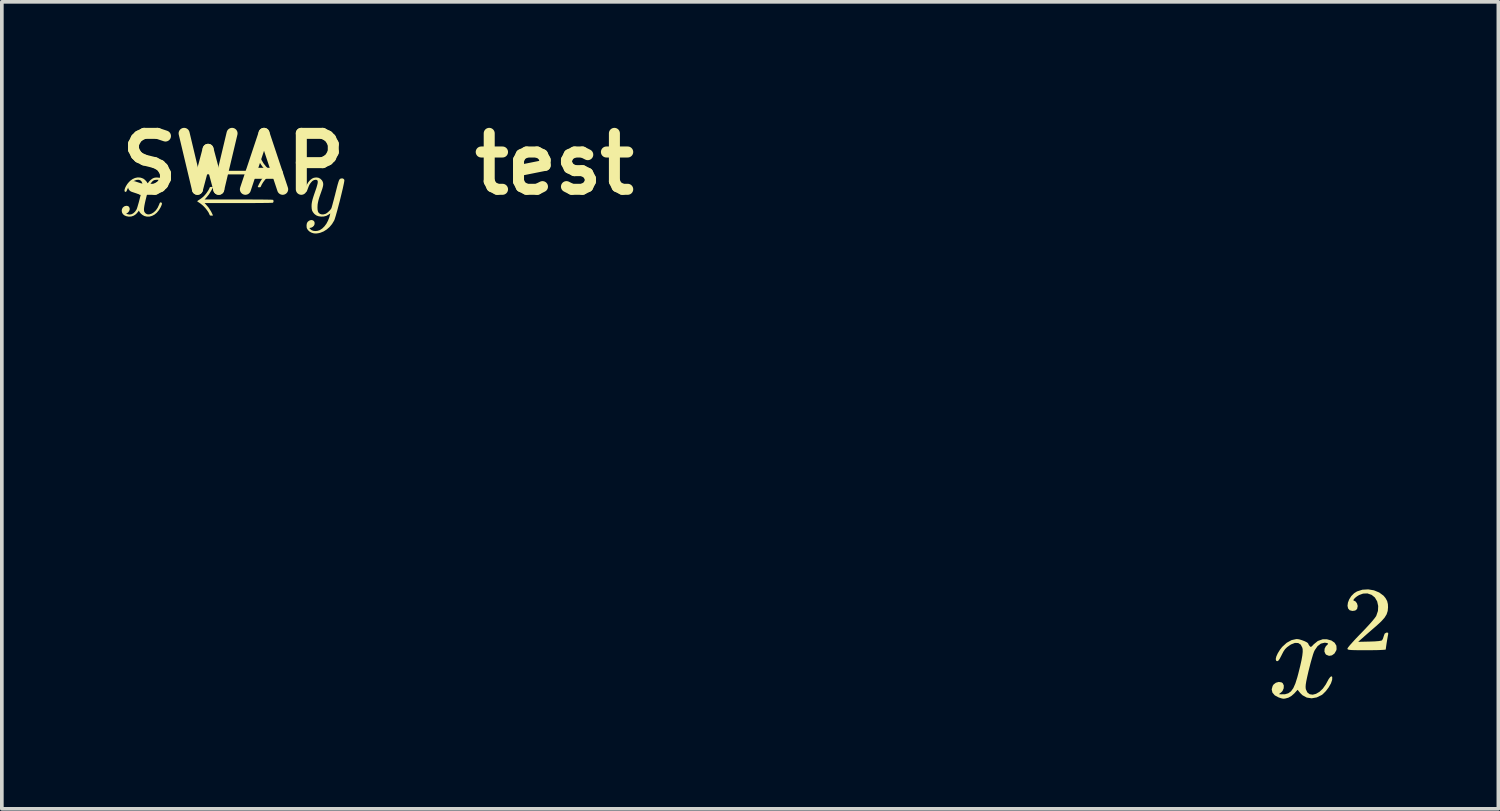
<source format=kicad_pcb>
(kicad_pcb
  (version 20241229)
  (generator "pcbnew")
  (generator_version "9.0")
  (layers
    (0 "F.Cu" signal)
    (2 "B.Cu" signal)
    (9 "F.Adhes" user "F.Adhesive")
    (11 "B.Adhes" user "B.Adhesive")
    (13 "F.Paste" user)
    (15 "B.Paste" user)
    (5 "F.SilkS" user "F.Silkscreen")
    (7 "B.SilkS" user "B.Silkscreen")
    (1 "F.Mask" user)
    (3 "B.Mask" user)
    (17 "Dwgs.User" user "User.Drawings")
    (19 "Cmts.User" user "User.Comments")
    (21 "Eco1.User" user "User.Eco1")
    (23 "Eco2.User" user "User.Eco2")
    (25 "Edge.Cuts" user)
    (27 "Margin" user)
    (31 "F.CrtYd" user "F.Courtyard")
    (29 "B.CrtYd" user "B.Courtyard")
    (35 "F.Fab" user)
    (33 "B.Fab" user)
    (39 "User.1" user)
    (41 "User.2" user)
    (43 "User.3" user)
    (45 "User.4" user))
  (footprint "test"
    (layer "F.Cu")
    (at 12.057 1.418)
    (property "Reference" "test" (at 0 0 0) (layer "F.SilkS") (effects (font (size 1.524 1.524) (thickness 0.3))))
    (attr board_only exclude_from_pos_files exclude_from_bom)
    (fp_poly (pts (xy 22.327 11.616) (xy 22.471 11.675) (xy 22.59 11.763) (xy 22.643 11.828) (xy 22.687 11.908) (xy 22.707 11.991) (xy 22.711 12.078) (xy 22.702 12.178) (xy 22.672 12.271) (xy 22.615 12.363) (xy 22.525 12.463) (xy 22.398 12.581) (xy 22.38 12.596) (xy 22.276 12.686) (xy 22.163 12.784) (xy 22.064 12.871) (xy 22.049 12.885) (xy 21.897 13.019) (xy 22.208 13.012) (xy 22.352 13.007) (xy 22.462 12.998) (xy 22.53 12.985) (xy 22.548 12.976) (xy 22.573 12.932) (xy 22.594 12.865) (xy 22.595 12.862) (xy 22.619 12.796) (xy 22.663 12.769) (xy 22.67 12.768) (xy 22.711 12.77) (xy 22.717 12.801) (xy 22.713 12.819) (xy 22.703 12.872) (xy 22.689 12.953) (xy 22.674 13.045) (xy 22.661 13.133) (xy 22.652 13.2) (xy 22.649 13.229) (xy 22.624 13.234) (xy 22.557 13.239) (xy 22.453 13.244) (xy 22.321 13.246) (xy 22.169 13.248) (xy 22.126 13.248) (xy 21.95 13.247) (xy 21.818 13.246) (xy 21.724 13.243) (xy 21.662 13.238) (xy 21.626 13.231) (xy 21.609 13.22) (xy 21.604 13.206) (xy 21.604 13.205) (xy 21.621 13.174) (xy 21.669 13.114) (xy 21.743 13.031) (xy 21.836 12.929) (xy 21.944 12.817) (xy 21.97 12.791) (xy 22.085 12.671) (xy 22.191 12.557) (xy 22.281 12.455) (xy 22.349 12.372) (xy 22.388 12.317) (xy 22.39 12.312) (xy 22.436 12.178) (xy 22.443 12.043) (xy 22.415 11.917) (xy 22.352 11.811) (xy 22.265 11.74) (xy 22.149 11.7) (xy 22.031 11.705) (xy 21.924 11.744) (xy 21.863 11.781) (xy 21.81 11.824) (xy 21.775 11.864) (xy 21.766 11.891) (xy 21.78 11.897) (xy 21.827 11.92) (xy 21.866 11.973) (xy 21.884 12.04) (xy 21.884 12.047) (xy 21.868 12.124) (xy 21.817 12.167) (xy 21.74 12.178) (xy 21.666 12.159) (xy 21.623 12.11) (xy 21.607 12.038) (xy 21.618 11.952) (xy 21.653 11.861) (xy 21.71 11.772) (xy 21.787 11.695) (xy 21.865 11.646) (xy 22.012 11.599) (xy 22.171 11.59)) (stroke (width 0) (type solid)) (fill yes) (layer "F.SilkS"))
    (fp_poly (pts (xy 20.288 12.951) (xy 20.365 12.974) (xy 20.443 13.004) (xy 20.504 13.035) (xy 20.534 13.062) (xy 20.535 13.065) (xy 20.549 13.097) (xy 20.571 13.129) (xy 20.595 13.155) (xy 20.619 13.154) (xy 20.655 13.121) (xy 20.687 13.086) (xy 20.798 12.996) (xy 20.929 12.95) (xy 21.047 12.95) (xy 21.168 12.983) (xy 21.256 13.044) (xy 21.304 13.125) (xy 21.309 13.22) (xy 21.299 13.256) (xy 21.251 13.338) (xy 21.182 13.388) (xy 21.104 13.401) (xy 21.031 13.373) (xy 21.007 13.351) (xy 20.978 13.285) (xy 20.983 13.206) (xy 21.019 13.135) (xy 21.045 13.112) (xy 21.078 13.077) (xy 21.062 13.054) (xy 20.999 13.044) (xy 20.978 13.044) (xy 20.88 13.068) (xy 20.79 13.138) (xy 20.715 13.246) (xy 20.693 13.292) (xy 20.669 13.359) (xy 20.638 13.464) (xy 20.601 13.595) (xy 20.564 13.74) (xy 20.545 13.815) (xy 20.508 13.976) (xy 20.483 14.095) (xy 20.469 14.183) (xy 20.465 14.248) (xy 20.469 14.297) (xy 20.472 14.312) (xy 20.513 14.399) (xy 20.577 14.447) (xy 20.658 14.459) (xy 20.749 14.436) (xy 20.843 14.381) (xy 20.934 14.295) (xy 21.014 14.182) (xy 21.044 14.126) (xy 21.095 14.032) (xy 21.139 13.975) (xy 21.172 13.957) (xy 21.191 13.979) (xy 21.189 14.044) (xy 21.188 14.055) (xy 21.156 14.15) (xy 21.095 14.258) (xy 21.017 14.362) (xy 20.933 14.446) (xy 20.905 14.467) (xy 20.768 14.534) (xy 20.63 14.558) (xy 20.497 14.538) (xy 20.381 14.475) (xy 20.325 14.421) (xy 20.246 14.326) (xy 20.158 14.424) (xy 20.082 14.491) (xy 20 14.539) (xy 19.977 14.546) (xy 19.906 14.565) (xy 19.854 14.569) (xy 19.8 14.557) (xy 19.731 14.534) (xy 19.626 14.478) (xy 19.561 14.402) (xy 19.541 14.314) (xy 19.567 14.221) (xy 19.593 14.181) (xy 19.656 14.133) (xy 19.734 14.112) (xy 19.808 14.123) (xy 19.841 14.145) (xy 19.871 14.207) (xy 19.868 14.285) (xy 19.836 14.359) (xy 19.804 14.392) (xy 19.737 14.445) (xy 19.798 14.449) (xy 19.905 14.447) (xy 19.994 14.421) (xy 20.067 14.368) (xy 20.13 14.281) (xy 20.186 14.155) (xy 20.239 13.987) (xy 20.267 13.882) (xy 20.318 13.678) (xy 20.354 13.516) (xy 20.376 13.39) (xy 20.386 13.295) (xy 20.385 13.223) (xy 20.377 13.182) (xy 20.333 13.096) (xy 20.263 13.051) (xy 20.173 13.049) (xy 20.068 13.09) (xy 20.035 13.111) (xy 19.959 13.166) (xy 19.905 13.219) (xy 19.86 13.286) (xy 19.81 13.383) (xy 19.805 13.394) (xy 19.756 13.487) (xy 19.719 13.536) (xy 19.687 13.548) (xy 19.662 13.532) (xy 19.651 13.488) (xy 19.668 13.416) (xy 19.709 13.327) (xy 19.768 13.233) (xy 19.827 13.157) (xy 19.95 13.045) (xy 20.083 12.972) (xy 20.216 12.943) (xy 20.227 12.943)) (stroke (width 0) (type solid)) (fill yes) (layer "F.SilkS")))
  (footprint "SWAP"
    (layer "F.Cu")
    (at 3.309 1.418)
    (property "Reference" "SWAP" (at 0 0 0) (layer "F.SilkS") (effects (font (size 1.524 1.524) (thickness 0.3))))
    (attr board_only exclude_from_pos_files exclude_from_bom)
    (fp_poly (pts (xy -0.573 0.626) (xy -0.558 0.629) (xy -0.557 0.631) (xy -0.561 0.642) (xy -0.572 0.666) (xy -0.589 0.698) (xy -0.598 0.716) (xy -0.666 0.828) (xy -0.748 0.928) (xy -0.751 0.931) (xy -0.786 0.967) (xy 0.143 0.967) (xy 0.307 0.967) (xy 0.453 0.967) (xy 0.58 0.968) (xy 0.692 0.968) (xy 0.787 0.969) (xy 0.867 0.97) (xy 0.933 0.971) (xy 0.985 0.972) (xy 1.026 0.973) (xy 1.055 0.975) (xy 1.073 0.976) (xy 1.082 0.978) (xy 1.082 0.979) (xy 1.093 1.001) (xy 1.093 1.027) (xy 1.083 1.049) (xy 1.075 1.055) (xy 1.062 1.057) (xy 1.029 1.058) (xy 0.977 1.06) (xy 0.906 1.061) (xy 0.816 1.062) (xy 0.706 1.063) (xy 0.577 1.064) (xy 0.429 1.065) (xy 0.261 1.065) (xy 0.135 1.065) (xy -0.786 1.065) (xy -0.746 1.106) (xy -0.673 1.192) (xy -0.612 1.288) (xy -0.595 1.32) (xy -0.578 1.355) (xy -0.565 1.383) (xy -0.558 1.399) (xy -0.557 1.402) (xy -0.566 1.405) (xy -0.588 1.407) (xy -0.599 1.407) (xy -0.626 1.405) (xy -0.641 1.398) (xy -0.65 1.381) (xy -0.653 1.372) (xy -0.68 1.316) (xy -0.721 1.256) (xy -0.771 1.194) (xy -0.828 1.135) (xy -0.888 1.085) (xy -0.935 1.052) (xy -0.962 1.035) (xy -0.981 1.021) (xy -0.986 1.015) (xy -0.979 1.007) (xy -0.959 0.993) (xy -0.93 0.974) (xy -0.928 0.973) (xy -0.889 0.947) (xy -0.847 0.914) (xy -0.816 0.888) (xy -0.781 0.851) (xy -0.743 0.806) (xy -0.708 0.756) (xy -0.677 0.709) (xy -0.656 0.668) (xy -0.653 0.66) (xy -0.644 0.638) (xy -0.631 0.628) (xy -0.609 0.625) (xy -0.599 0.625)) (stroke (width 0) (type solid)) (fill yes) (layer "F.SilkS"))
    (fp_poly (pts (xy 0.722 -0.165) (xy 0.736 -0.159) (xy 0.748 -0.144) (xy 0.763 -0.117) (xy 0.766 -0.11) (xy 0.822 -0.015) (xy 0.891 0.072) (xy 0.971 0.148) (xy 1.043 0.199) (xy 1.069 0.216) (xy 1.088 0.229) (xy 1.094 0.234) (xy 1.086 0.241) (xy 1.066 0.255) (xy 1.044 0.268) (xy 0.984 0.309) (xy 0.922 0.364) (xy 0.863 0.428) (xy 0.812 0.495) (xy 0.771 0.563) (xy 0.756 0.596) (xy 0.745 0.62) (xy 0.732 0.632) (xy 0.711 0.635) (xy 0.702 0.635) (xy 0.678 0.633) (xy 0.665 0.627) (xy 0.664 0.625) (xy 0.669 0.61) (xy 0.681 0.583) (xy 0.698 0.548) (xy 0.719 0.509) (xy 0.739 0.472) (xy 0.759 0.44) (xy 0.765 0.43) (xy 0.788 0.399) (xy 0.818 0.363) (xy 0.844 0.335) (xy 0.892 0.283) (xy -0.036 0.283) (xy -0.2 0.283) (xy -0.346 0.283) (xy -0.473 0.283) (xy -0.584 0.282) (xy -0.68 0.282) (xy -0.76 0.281) (xy -0.826 0.28) (xy -0.878 0.279) (xy -0.918 0.277) (xy -0.947 0.276) (xy -0.966 0.274) (xy -0.974 0.272) (xy -0.975 0.272) (xy -0.985 0.25) (xy -0.986 0.223) (xy -0.977 0.2) (xy -0.975 0.197) (xy -0.968 0.195) (xy -0.952 0.193) (xy -0.926 0.192) (xy -0.888 0.19) (xy -0.838 0.189) (xy -0.775 0.188) (xy -0.699 0.187) (xy -0.607 0.187) (xy -0.5 0.186) (xy -0.375 0.186) (xy -0.234 0.186) (xy -0.074 0.186) (xy -0.036 0.186) (xy 0.891 0.186) (xy 0.84 0.129) (xy 0.795 0.076) (xy 0.752 0.016) (xy 0.715 -0.046) (xy 0.685 -0.105) (xy 0.67 -0.144) (xy 0.667 -0.158) (xy 0.675 -0.165) (xy 0.696 -0.166) (xy 0.701 -0.166)) (stroke (width 0) (type solid)) (fill yes) (layer "F.SilkS"))
    (fp_poly (pts (xy -2.547 0.369) (xy -2.539 0.37) (xy -2.5 0.381) (xy -2.462 0.396) (xy -2.448 0.403) (xy -2.419 0.425) (xy -2.387 0.456) (xy -2.359 0.489) (xy -2.342 0.519) (xy -2.341 0.52) (xy -2.334 0.525) (xy -2.324 0.513) (xy -2.295 0.475) (xy -2.257 0.437) (xy -2.216 0.405) (xy -2.19 0.389) (xy -2.152 0.375) (xy -2.11 0.369) (xy -2.081 0.368) (xy -2.014 0.376) (xy -1.958 0.396) (xy -1.914 0.426) (xy -1.885 0.464) (xy -1.872 0.511) (xy -1.875 0.56) (xy -1.893 0.602) (xy -1.921 0.635) (xy -1.957 0.655) (xy -1.996 0.664) (xy -2.034 0.658) (xy -2.068 0.638) (xy -2.078 0.626) (xy -2.089 0.597) (xy -2.088 0.56) (xy -2.076 0.523) (xy -2.056 0.49) (xy -2.028 0.468) (xy -2.027 0.467) (xy -2.009 0.457) (xy -2.003 0.449) (xy -2.011 0.44) (xy -2.034 0.434) (xy -2.066 0.431) (xy -2.102 0.431) (xy -2.136 0.435) (xy -2.163 0.442) (xy -2.168 0.444) (xy -2.204 0.47) (xy -2.239 0.511) (xy -2.271 0.559) (xy -2.283 0.584) (xy -2.292 0.608) (xy -2.304 0.648) (xy -2.319 0.7) (xy -2.336 0.762) (xy -2.354 0.83) (xy -2.37 0.893) (xy -2.394 0.99) (xy -2.412 1.07) (xy -2.425 1.136) (xy -2.433 1.189) (xy -2.437 1.231) (xy -2.435 1.265) (xy -2.43 1.292) (xy -2.42 1.314) (xy -2.418 1.316) (xy -2.387 1.351) (xy -2.345 1.371) (xy -2.297 1.374) (xy -2.294 1.373) (xy -2.228 1.353) (xy -2.167 1.315) (xy -2.111 1.261) (xy -2.064 1.193) (xy -2.026 1.111) (xy -2.023 1.105) (xy -2.011 1.072) (xy -2.001 1.054) (xy -1.99 1.047) (xy -1.976 1.047) (xy -1.975 1.047) (xy -1.955 1.055) (xy -1.947 1.072) (xy -1.95 1.101) (xy -1.966 1.143) (xy -1.983 1.18) (xy -2.031 1.26) (xy -2.087 1.327) (xy -2.149 1.379) (xy -2.216 1.414) (xy -2.285 1.433) (xy -2.356 1.434) (xy -2.423 1.418) (xy -2.475 1.39) (xy -2.522 1.351) (xy -2.557 1.306) (xy -2.562 1.297) (xy -2.576 1.27) (xy -2.604 1.31) (xy -2.654 1.366) (xy -2.712 1.406) (xy -2.778 1.43) (xy -2.848 1.435) (xy -2.918 1.422) (xy -2.973 1.398) (xy -3.011 1.364) (xy -3.033 1.325) (xy -3.043 1.276) (xy -3.036 1.229) (xy -3.014 1.188) (xy -2.979 1.158) (xy -2.948 1.145) (xy -2.901 1.139) (xy -2.864 1.151) (xy -2.843 1.17) (xy -2.827 1.205) (xy -2.826 1.244) (xy -2.841 1.284) (xy -2.869 1.319) (xy -2.893 1.338) (xy -2.924 1.356) (xy -2.886 1.367) (xy -2.853 1.374) (xy -2.824 1.377) (xy -2.821 1.377) (xy -2.772 1.368) (xy -2.725 1.342) (xy -2.681 1.301) (xy -2.644 1.248) (xy -2.634 1.228) (xy -2.625 1.204) (xy -2.612 1.163) (xy -2.597 1.111) (xy -2.579 1.049) (xy -2.561 0.98) (xy -2.543 0.91) (xy -2.525 0.84) (xy -2.509 0.773) (xy -2.496 0.714) (xy -2.486 0.665) (xy -2.481 0.64) (xy -2.477 0.571) (xy -2.485 0.515) (xy -2.506 0.472) (xy -2.538 0.443) (xy -2.581 0.43) (xy -2.633 0.433) (xy -2.692 0.453) (xy -2.693 0.454) (xy -2.748 0.487) (xy -2.797 0.534) (xy -2.842 0.597) (xy -2.885 0.677) (xy -2.91 0.736) (xy -2.923 0.756) (xy -2.941 0.76) (xy -2.943 0.76) (xy -2.961 0.75) (xy -2.967 0.726) (xy -2.963 0.692) (xy -2.949 0.65) (xy -2.926 0.603) (xy -2.895 0.553) (xy -2.869 0.518) (xy -2.813 0.459) (xy -2.75 0.413) (xy -2.683 0.382) (xy -2.614 0.367)) (stroke (width 0) (type solid)) (fill yes) (layer "F.SilkS"))
    (fp_poly (pts (xy 2.313 0.374) (xy 2.365 0.399) (xy 2.407 0.439) (xy 2.421 0.459) (xy 2.438 0.494) (xy 2.446 0.53) (xy 2.447 0.571) (xy 2.438 0.62) (xy 2.421 0.68) (xy 2.395 0.754) (xy 2.395 0.755) (xy 2.362 0.847) (xy 2.336 0.924) (xy 2.317 0.991) (xy 2.304 1.049) (xy 2.295 1.102) (xy 2.292 1.154) (xy 2.291 1.177) (xy 2.293 1.239) (xy 2.301 1.286) (xy 2.316 1.32) (xy 2.34 1.345) (xy 2.364 1.361) (xy 2.406 1.373) (xy 2.455 1.373) (xy 2.504 1.36) (xy 2.521 1.353) (xy 2.555 1.331) (xy 2.592 1.299) (xy 2.628 1.263) (xy 2.656 1.229) (xy 2.667 1.211) (xy 2.674 1.194) (xy 2.684 1.16) (xy 2.698 1.111) (xy 2.714 1.051) (xy 2.733 0.981) (xy 2.753 0.903) (xy 2.775 0.821) (xy 2.778 0.805) (xy 2.803 0.708) (xy 2.823 0.628) (xy 2.84 0.564) (xy 2.855 0.513) (xy 2.867 0.475) (xy 2.878 0.446) (xy 2.888 0.426) (xy 2.899 0.413) (xy 2.91 0.404) (xy 2.923 0.398) (xy 2.937 0.394) (xy 2.938 0.394) (xy 2.974 0.393) (xy 3.004 0.407) (xy 3.023 0.433) (xy 3.023 0.433) (xy 3.023 0.45) (xy 3.019 0.483) (xy 3.01 0.531) (xy 2.997 0.591) (xy 2.982 0.662) (xy 2.963 0.741) (xy 2.943 0.825) (xy 2.921 0.914) (xy 2.899 1.005) (xy 2.875 1.095) (xy 2.852 1.183) (xy 2.83 1.266) (xy 2.808 1.343) (xy 2.789 1.411) (xy 2.771 1.468) (xy 2.757 1.512) (xy 2.745 1.541) (xy 2.744 1.543) (xy 2.688 1.636) (xy 2.62 1.717) (xy 2.542 1.785) (xy 2.457 1.838) (xy 2.367 1.874) (xy 2.32 1.885) (xy 2.273 1.892) (xy 2.236 1.894) (xy 2.197 1.89) (xy 2.171 1.885) (xy 2.119 1.867) (xy 2.071 1.838) (xy 2.032 1.801) (xy 2.005 1.759) (xy 1.997 1.734) (xy 1.993 1.678) (xy 1.999 1.627) (xy 2.017 1.586) (xy 2.027 1.573) (xy 2.065 1.544) (xy 2.105 1.529) (xy 2.143 1.528) (xy 2.177 1.541) (xy 2.202 1.567) (xy 2.213 1.598) (xy 2.212 1.64) (xy 2.195 1.68) (xy 2.163 1.712) (xy 2.122 1.734) (xy 2.102 1.738) (xy 2.069 1.744) (xy 2.09 1.77) (xy 2.126 1.801) (xy 2.174 1.82) (xy 2.23 1.827) (xy 2.29 1.822) (xy 2.35 1.803) (xy 2.36 1.798) (xy 2.422 1.757) (xy 2.48 1.7) (xy 2.533 1.629) (xy 2.577 1.546) (xy 2.613 1.455) (xy 2.633 1.379) (xy 2.64 1.347) (xy 2.598 1.377) (xy 2.532 1.413) (xy 2.458 1.432) (xy 2.384 1.433) (xy 2.317 1.423) (xy 2.264 1.403) (xy 2.219 1.372) (xy 2.195 1.348) (xy 2.165 1.309) (xy 2.145 1.27) (xy 2.134 1.223) (xy 2.13 1.165) (xy 2.13 1.146) (xy 2.131 1.104) (xy 2.136 1.062) (xy 2.145 1.015) (xy 2.158 0.962) (xy 2.177 0.899) (xy 2.202 0.823) (xy 2.233 0.734) (xy 2.262 0.65) (xy 2.282 0.581) (xy 2.295 0.528) (xy 2.299 0.488) (xy 2.295 0.459) (xy 2.282 0.441) (xy 2.262 0.432) (xy 2.24 0.43) (xy 2.196 0.438) (xy 2.154 0.462) (xy 2.117 0.501) (xy 2.095 0.529) (xy 2.078 0.554) (xy 2.063 0.583) (xy 2.048 0.618) (xy 2.03 0.667) (xy 2.027 0.674) (xy 2.012 0.715) (xy 1.999 0.741) (xy 1.988 0.755) (xy 1.976 0.76) (xy 1.976 0.76) (xy 1.955 0.756) (xy 1.946 0.737) (xy 1.948 0.704) (xy 1.961 0.657) (xy 1.985 0.598) (xy 2 0.567) (xy 2.041 0.496) (xy 2.09 0.439) (xy 2.143 0.398) (xy 2.191 0.376) (xy 2.255 0.367)) (stroke (width 0) (type solid)) (fill yes) (layer "F.SilkS")))
  (gr_rect
    (start -3 -3)
    (end 37.774 18.987)
    (stroke (width 0.1) (type default))
    (fill no)
    (layer "Edge.Cuts")))
</source>
